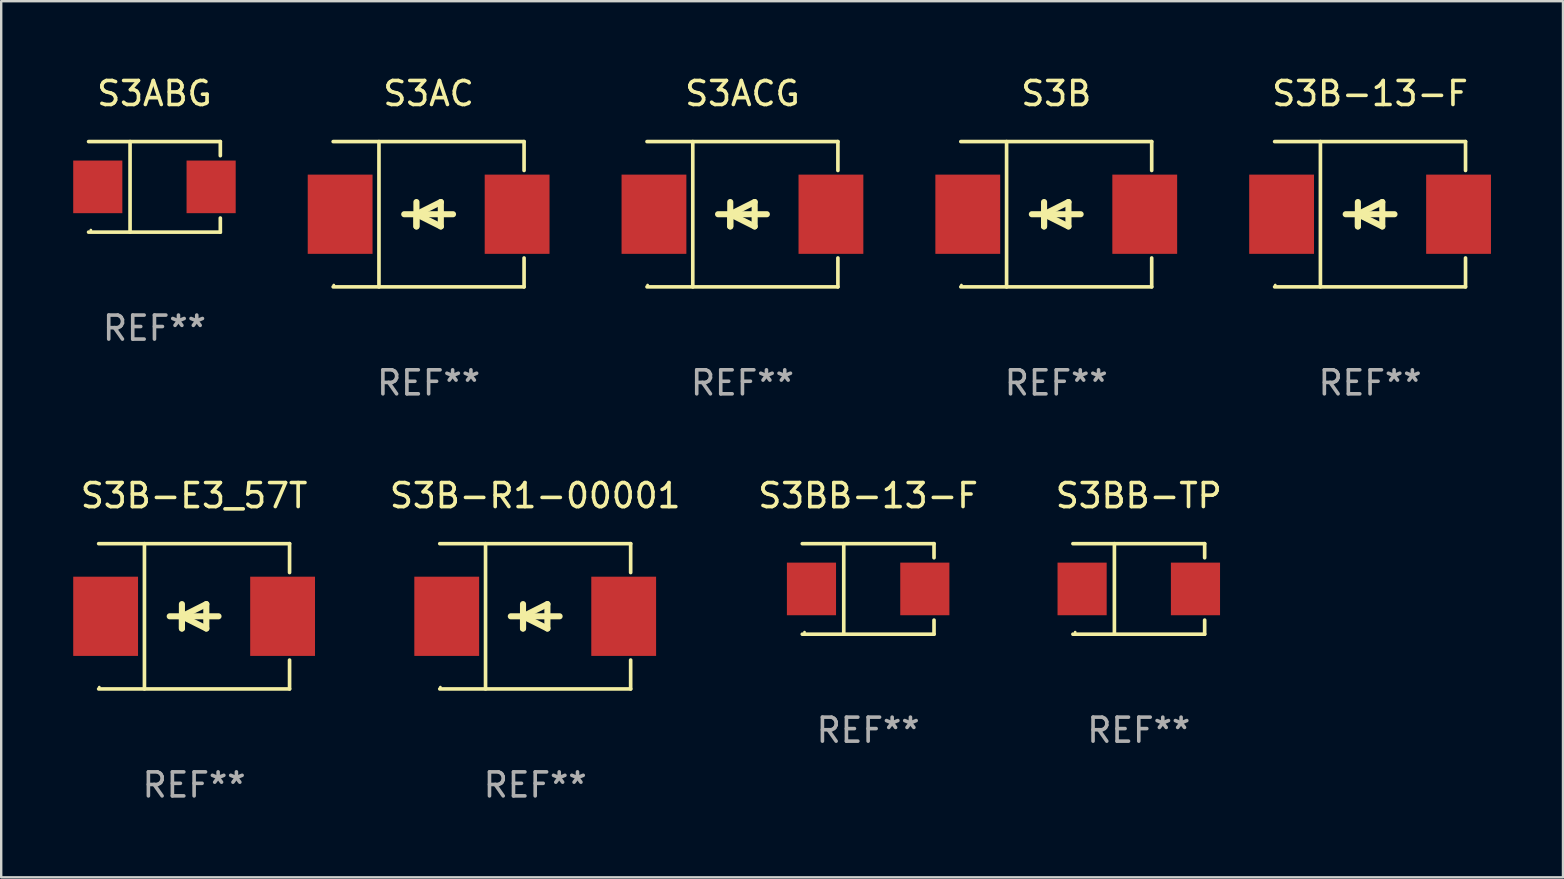
<source format=kicad_pcb>
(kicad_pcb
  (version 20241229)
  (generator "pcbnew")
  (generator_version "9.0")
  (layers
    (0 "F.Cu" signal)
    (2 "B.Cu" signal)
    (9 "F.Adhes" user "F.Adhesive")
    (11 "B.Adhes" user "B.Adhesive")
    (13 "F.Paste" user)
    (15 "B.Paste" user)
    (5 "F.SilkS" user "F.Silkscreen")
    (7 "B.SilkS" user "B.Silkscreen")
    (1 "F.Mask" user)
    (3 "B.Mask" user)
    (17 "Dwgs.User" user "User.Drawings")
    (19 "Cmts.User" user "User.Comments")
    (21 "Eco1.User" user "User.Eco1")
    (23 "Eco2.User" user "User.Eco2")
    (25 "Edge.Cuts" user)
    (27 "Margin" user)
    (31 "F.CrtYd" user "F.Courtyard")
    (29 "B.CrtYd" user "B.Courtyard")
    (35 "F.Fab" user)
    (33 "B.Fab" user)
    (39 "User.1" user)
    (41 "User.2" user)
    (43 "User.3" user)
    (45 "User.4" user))
  (footprint "S3ACG"
    (layer "F.Cu")
    (at 27.878 5.874)
    (property "Reference" "S3ACG" (at 0 -5.026 0) (layer "F.SilkS") (effects (font (size 1 1) (thickness 0.15))))
    (attr through_hole)
    (fp_line (start -3.976 -3.026) (end 3.976 -3.026) (stroke (width 0.152) (type solid)) (layer "F.SilkS"))
    (fp_line (start -3.976 3.026) (end 3.976 3.026) (stroke (width 0.152) (type solid)) (layer "F.SilkS"))
    (fp_line (start -2.069 -3.026) (end -2.069 3.026) (stroke (width 0.152) (type solid)) (layer "F.SilkS"))
    (fp_line (start -0.508 0) (end -0.508 0.508) (stroke (width 0.254) (type solid)) (layer "F.SilkS"))
    (fp_line (start -0.508 0) (end 0.508 0.508) (stroke (width 0.254) (type solid)) (layer "F.SilkS"))
    (fp_line (start -0.508 0.508) (end -0.508 -0.508) (stroke (width 0.254) (type solid)) (layer "F.SilkS"))
    (fp_line (start 0.508 -0.508) (end -0.508 0) (stroke (width 0.254) (type solid)) (layer "F.SilkS"))
    (fp_line (start 0.508 0.508) (end 0.508 -0.508) (stroke (width 0.254) (type solid)) (layer "F.SilkS"))
    (fp_line (start 1.016 0) (end -1.016 0) (stroke (width 0.254) (type solid)) (layer "F.SilkS"))
    (fp_line (start 3.976 -3.026) (end 3.976 -1.823) (stroke (width 0.152) (type solid)) (layer "F.SilkS"))
    (fp_line (start 3.976 3.026) (end 3.976 1.823) (stroke (width 0.152) (type solid)) (layer "F.SilkS"))
    (fp_circle (center -3.95 2.95) (end -3.92 2.95) (stroke (width 0.06) (type solid)) (fill no) (layer "F.SilkS"))
    (fp_text user "REF**" (at 0 7.026 0) (layer "F.Fab") (effects (font (size 1 1) (thickness 0.15))))
    (pad "1" smd rect (at -3.686 0) (size 2.7 3.3) (layers "F.Cu" "F.Mask" "F.Paste"))
    (pad "2" smd rect (at 3.686 0) (size 2.7 3.3) (layers "F.Cu" "F.Mask" "F.Paste")))
  (footprint "S3B-R1-00001"
    (layer "F.Cu")
    (at 19.245 22.623)
    (property "Reference" "S3B-R1-00001" (at 0 -5.026 0) (layer "F.SilkS") (effects (font (size 1 1) (thickness 0.15))))
    (attr through_hole)
    (fp_line (start -3.976 -3.026) (end 3.976 -3.026) (stroke (width 0.152) (type solid)) (layer "F.SilkS"))
    (fp_line (start -3.976 3.026) (end 3.976 3.026) (stroke (width 0.152) (type solid)) (layer "F.SilkS"))
    (fp_line (start -2.069 -3.026) (end -2.069 3.026) (stroke (width 0.152) (type solid)) (layer "F.SilkS"))
    (fp_line (start -0.508 0) (end -0.508 0.508) (stroke (width 0.254) (type solid)) (layer "F.SilkS"))
    (fp_line (start -0.508 0) (end 0.508 0.508) (stroke (width 0.254) (type solid)) (layer "F.SilkS"))
    (fp_line (start -0.508 0.508) (end -0.508 -0.508) (stroke (width 0.254) (type solid)) (layer "F.SilkS"))
    (fp_line (start 0.508 -0.508) (end -0.508 0) (stroke (width 0.254) (type solid)) (layer "F.SilkS"))
    (fp_line (start 0.508 0.508) (end 0.508 -0.508) (stroke (width 0.254) (type solid)) (layer "F.SilkS"))
    (fp_line (start 1.016 0) (end -1.016 0) (stroke (width 0.254) (type solid)) (layer "F.SilkS"))
    (fp_line (start 3.976 -3.026) (end 3.976 -1.823) (stroke (width 0.152) (type solid)) (layer "F.SilkS"))
    (fp_line (start 3.976 3.026) (end 3.976 1.823) (stroke (width 0.152) (type solid)) (layer "F.SilkS"))
    (fp_circle (center -3.95 2.95) (end -3.92 2.95) (stroke (width 0.06) (type solid)) (fill no) (layer "F.SilkS"))
    (fp_text user "REF**" (at 0 7.026 0) (layer "F.Fab") (effects (font (size 1 1) (thickness 0.15))))
    (pad "1" smd rect (at -3.686 0) (size 2.7 3.3) (layers "F.Cu" "F.Mask" "F.Paste"))
    (pad "2" smd rect (at 3.686 0) (size 2.7 3.3) (layers "F.Cu" "F.Mask" "F.Paste")))
  (footprint "S3BB-TP"
    (layer "F.Cu")
    (at 44.388 21.483)
    (property "Reference" "S3BB-TP" (at 0 -3.886 0) (layer "F.SilkS") (effects (font (size 1 1) (thickness 0.15))))
    (attr through_hole)
    (fp_line (start -2.744 -1.886) (end 2.744 -1.886) (stroke (width 0.152) (type solid)) (layer "F.SilkS"))
    (fp_line (start -2.744 1.886) (end 2.744 1.886) (stroke (width 0.152) (type solid)) (layer "F.SilkS"))
    (fp_line (start -1.016 -1.886) (end -1.016 1.886) (stroke (width 0.152) (type solid)) (layer "F.SilkS"))
    (fp_line (start 2.744 -1.886) (end 2.744 -1.299) (stroke (width 0.152) (type solid)) (layer "F.SilkS"))
    (fp_line (start 2.744 1.886) (end 2.744 1.299) (stroke (width 0.152) (type solid)) (layer "F.SilkS"))
    (fp_circle (center -2.65 1.8) (end -2.62 1.8) (stroke (width 0.06) (type solid)) (fill no) (layer "F.SilkS"))
    (fp_text user "REF**" (at 0 5.886 0) (layer "F.Fab") (effects (font (size 1 1) (thickness 0.15))))
    (pad "1" smd rect (at -2.361 0) (size 2.047 2.192) (layers "F.Cu" "F.Mask" "F.Paste"))
    (pad "2" smd rect (at 2.361 0) (size 2.047 2.192) (layers "F.Cu" "F.Mask" "F.Paste")))
  (footprint "S3B"
    (layer "F.Cu")
    (at 40.95 5.874)
    (property "Reference" "S3B" (at 0 -5.026 0) (layer "F.SilkS") (effects (font (size 1 1) (thickness 0.15))))
    (attr through_hole)
    (fp_line (start -3.976 -3.026) (end 3.976 -3.026) (stroke (width 0.152) (type solid)) (layer "F.SilkS"))
    (fp_line (start -3.976 3.026) (end 3.976 3.026) (stroke (width 0.152) (type solid)) (layer "F.SilkS"))
    (fp_line (start -2.069 -3.026) (end -2.069 3.026) (stroke (width 0.152) (type solid)) (layer "F.SilkS"))
    (fp_line (start -0.508 0) (end -0.508 0.508) (stroke (width 0.254) (type solid)) (layer "F.SilkS"))
    (fp_line (start -0.508 0) (end 0.508 0.508) (stroke (width 0.254) (type solid)) (layer "F.SilkS"))
    (fp_line (start -0.508 0.508) (end -0.508 -0.508) (stroke (width 0.254) (type solid)) (layer "F.SilkS"))
    (fp_line (start 0.508 -0.508) (end -0.508 0) (stroke (width 0.254) (type solid)) (layer "F.SilkS"))
    (fp_line (start 0.508 0.508) (end 0.508 -0.508) (stroke (width 0.254) (type solid)) (layer "F.SilkS"))
    (fp_line (start 1.016 0) (end -1.016 0) (stroke (width 0.254) (type solid)) (layer "F.SilkS"))
    (fp_line (start 3.976 -3.026) (end 3.976 -1.823) (stroke (width 0.152) (type solid)) (layer "F.SilkS"))
    (fp_line (start 3.976 3.026) (end 3.976 1.823) (stroke (width 0.152) (type solid)) (layer "F.SilkS"))
    (fp_circle (center -3.95 2.95) (end -3.92 2.95) (stroke (width 0.06) (type solid)) (fill no) (layer "F.SilkS"))
    (fp_text user "REF**" (at 0 7.026 0) (layer "F.Fab") (effects (font (size 1 1) (thickness 0.15))))
    (pad "1" smd rect (at -3.686 0) (size 2.7 3.3) (layers "F.Cu" "F.Mask" "F.Paste"))
    (pad "2" smd rect (at 3.686 0) (size 2.7 3.3) (layers "F.Cu" "F.Mask" "F.Paste")))
  (footprint "S3B-E3_57T"
    (layer "F.Cu")
    (at 5.036 22.623)
    (property "Reference" "S3B-E3_57T" (at 0 -5.026 0) (layer "F.SilkS") (effects (font (size 1 1) (thickness 0.15))))
    (attr through_hole)
    (fp_line (start -3.976 -3.026) (end 3.976 -3.026) (stroke (width 0.152) (type solid)) (layer "F.SilkS"))
    (fp_line (start -3.976 3.026) (end 3.976 3.026) (stroke (width 0.152) (type solid)) (layer "F.SilkS"))
    (fp_line (start -2.069 -3.026) (end -2.069 3.026) (stroke (width 0.152) (type solid)) (layer "F.SilkS"))
    (fp_line (start -0.508 0) (end -0.508 0.508) (stroke (width 0.254) (type solid)) (layer "F.SilkS"))
    (fp_line (start -0.508 0) (end 0.508 0.508) (stroke (width 0.254) (type solid)) (layer "F.SilkS"))
    (fp_line (start -0.508 0.508) (end -0.508 -0.508) (stroke (width 0.254) (type solid)) (layer "F.SilkS"))
    (fp_line (start 0.508 -0.508) (end -0.508 0) (stroke (width 0.254) (type solid)) (layer "F.SilkS"))
    (fp_line (start 0.508 0.508) (end 0.508 -0.508) (stroke (width 0.254) (type solid)) (layer "F.SilkS"))
    (fp_line (start 1.016 0) (end -1.016 0) (stroke (width 0.254) (type solid)) (layer "F.SilkS"))
    (fp_line (start 3.976 -3.026) (end 3.976 -1.823) (stroke (width 0.152) (type solid)) (layer "F.SilkS"))
    (fp_line (start 3.976 3.026) (end 3.976 1.823) (stroke (width 0.152) (type solid)) (layer "F.SilkS"))
    (fp_circle (center -3.95 2.95) (end -3.92 2.95) (stroke (width 0.06) (type solid)) (fill no) (layer "F.SilkS"))
    (fp_text user "REF**" (at 0 7.026 0) (layer "F.Fab") (effects (font (size 1 1) (thickness 0.15))))
    (pad "1" smd rect (at -3.686 0) (size 2.7 3.3) (layers "F.Cu" "F.Mask" "F.Paste"))
    (pad "2" smd rect (at 3.686 0) (size 2.7 3.3) (layers "F.Cu" "F.Mask" "F.Paste")))
  (footprint "S3BB-13-F"
    (layer "F.Cu")
    (at 33.114 21.483)
    (property "Reference" "S3BB-13-F" (at 0 -3.886 0) (layer "F.SilkS") (effects (font (size 1 1) (thickness 0.15))))
    (attr through_hole)
    (fp_line (start -2.744 -1.886) (end 2.744 -1.886) (stroke (width 0.152) (type solid)) (layer "F.SilkS"))
    (fp_line (start -2.744 1.886) (end 2.744 1.886) (stroke (width 0.152) (type solid)) (layer "F.SilkS"))
    (fp_line (start -1.016 -1.886) (end -1.016 1.886) (stroke (width 0.152) (type solid)) (layer "F.SilkS"))
    (fp_line (start 2.744 -1.886) (end 2.744 -1.299) (stroke (width 0.152) (type solid)) (layer "F.SilkS"))
    (fp_line (start 2.744 1.886) (end 2.744 1.299) (stroke (width 0.152) (type solid)) (layer "F.SilkS"))
    (fp_circle (center -2.65 1.8) (end -2.62 1.8) (stroke (width 0.06) (type solid)) (fill no) (layer "F.SilkS"))
    (fp_text user "REF**" (at 0 5.886 0) (layer "F.Fab") (effects (font (size 1 1) (thickness 0.15))))
    (pad "1" smd rect (at -2.361 0) (size 2.047 2.192) (layers "F.Cu" "F.Mask" "F.Paste"))
    (pad "2" smd rect (at 2.361 0) (size 2.047 2.192) (layers "F.Cu" "F.Mask" "F.Paste")))
  (footprint "S3B-13-F"
    (layer "F.Cu")
    (at 54.023 5.874)
    (property "Reference" "S3B-13-F" (at 0 -5.026 0) (layer "F.SilkS") (effects (font (size 1 1) (thickness 0.15))))
    (attr through_hole)
    (fp_line (start -3.976 -3.026) (end 3.976 -3.026) (stroke (width 0.152) (type solid)) (layer "F.SilkS"))
    (fp_line (start -3.976 3.026) (end 3.976 3.026) (stroke (width 0.152) (type solid)) (layer "F.SilkS"))
    (fp_line (start -2.069 -3.026) (end -2.069 3.026) (stroke (width 0.152) (type solid)) (layer "F.SilkS"))
    (fp_line (start -0.508 0) (end -0.508 0.508) (stroke (width 0.254) (type solid)) (layer "F.SilkS"))
    (fp_line (start -0.508 0) (end 0.508 0.508) (stroke (width 0.254) (type solid)) (layer "F.SilkS"))
    (fp_line (start -0.508 0.508) (end -0.508 -0.508) (stroke (width 0.254) (type solid)) (layer "F.SilkS"))
    (fp_line (start 0.508 -0.508) (end -0.508 0) (stroke (width 0.254) (type solid)) (layer "F.SilkS"))
    (fp_line (start 0.508 0.508) (end 0.508 -0.508) (stroke (width 0.254) (type solid)) (layer "F.SilkS"))
    (fp_line (start 1.016 0) (end -1.016 0) (stroke (width 0.254) (type solid)) (layer "F.SilkS"))
    (fp_line (start 3.976 -3.026) (end 3.976 -1.823) (stroke (width 0.152) (type solid)) (layer "F.SilkS"))
    (fp_line (start 3.976 3.026) (end 3.976 1.823) (stroke (width 0.152) (type solid)) (layer "F.SilkS"))
    (fp_circle (center -3.95 2.95) (end -3.92 2.95) (stroke (width 0.06) (type solid)) (fill no) (layer "F.SilkS"))
    (fp_text user "REF**" (at 0 7.026 0) (layer "F.Fab") (effects (font (size 1 1) (thickness 0.15))))
    (pad "1" smd rect (at -3.686 0) (size 2.7 3.3) (layers "F.Cu" "F.Mask" "F.Paste"))
    (pad "2" smd rect (at 3.686 0) (size 2.7 3.3) (layers "F.Cu" "F.Mask" "F.Paste")))
  (footprint "S3AC"
    (layer "F.Cu")
    (at 14.805 5.874)
    (property "Reference" "S3AC" (at 0 -5.026 0) (layer "F.SilkS") (effects (font (size 1 1) (thickness 0.15))))
    (attr through_hole)
    (fp_line (start -3.976 -3.026) (end 3.976 -3.026) (stroke (width 0.152) (type solid)) (layer "F.SilkS"))
    (fp_line (start -3.976 3.026) (end 3.976 3.026) (stroke (width 0.152) (type solid)) (layer "F.SilkS"))
    (fp_line (start -2.069 -3.026) (end -2.069 3.026) (stroke (width 0.152) (type solid)) (layer "F.SilkS"))
    (fp_line (start -0.508 0) (end -0.508 0.508) (stroke (width 0.254) (type solid)) (layer "F.SilkS"))
    (fp_line (start -0.508 0) (end 0.508 0.508) (stroke (width 0.254) (type solid)) (layer "F.SilkS"))
    (fp_line (start -0.508 0.508) (end -0.508 -0.508) (stroke (width 0.254) (type solid)) (layer "F.SilkS"))
    (fp_line (start 0.508 -0.508) (end -0.508 0) (stroke (width 0.254) (type solid)) (layer "F.SilkS"))
    (fp_line (start 0.508 0.508) (end 0.508 -0.508) (stroke (width 0.254) (type solid)) (layer "F.SilkS"))
    (fp_line (start 1.016 0) (end -1.016 0) (stroke (width 0.254) (type solid)) (layer "F.SilkS"))
    (fp_line (start 3.976 -3.026) (end 3.976 -1.823) (stroke (width 0.152) (type solid)) (layer "F.SilkS"))
    (fp_line (start 3.976 3.026) (end 3.976 1.823) (stroke (width 0.152) (type solid)) (layer "F.SilkS"))
    (fp_circle (center -3.95 2.95) (end -3.92 2.95) (stroke (width 0.06) (type solid)) (fill no) (layer "F.SilkS"))
    (fp_text user "REF**" (at 0 7.026 0) (layer "F.Fab") (effects (font (size 1 1) (thickness 0.15))))
    (pad "1" smd rect (at -3.686 0) (size 2.7 3.3) (layers "F.Cu" "F.Mask" "F.Paste"))
    (pad "2" smd rect (at 3.686 0) (size 2.7 3.3) (layers "F.Cu" "F.Mask" "F.Paste")))
  (footprint "S3ABG"
    (layer "F.Cu")
    (at 3.384 4.734)
    (property "Reference" "S3ABG" (at 0 -3.886 0) (layer "F.SilkS") (effects (font (size 1 1) (thickness 0.15))))
    (attr through_hole)
    (fp_line (start -2.744 -1.886) (end 2.744 -1.886) (stroke (width 0.152) (type solid)) (layer "F.SilkS"))
    (fp_line (start -2.744 1.886) (end 2.744 1.886) (stroke (width 0.152) (type solid)) (layer "F.SilkS"))
    (fp_line (start -1.016 -1.886) (end -1.016 1.886) (stroke (width 0.152) (type solid)) (layer "F.SilkS"))
    (fp_line (start 2.744 -1.886) (end 2.744 -1.299) (stroke (width 0.152) (type solid)) (layer "F.SilkS"))
    (fp_line (start 2.744 1.886) (end 2.744 1.299) (stroke (width 0.152) (type solid)) (layer "F.SilkS"))
    (fp_circle (center -2.65 1.8) (end -2.62 1.8) (stroke (width 0.06) (type solid)) (fill no) (layer "F.SilkS"))
    (fp_text user "REF**" (at 0 5.886 0) (layer "F.Fab") (effects (font (size 1 1) (thickness 0.15))))
    (pad "1" smd rect (at -2.361 0) (size 2.047 2.192) (layers "F.Cu" "F.Mask" "F.Paste"))
    (pad "2" smd rect (at 2.361 0) (size 2.047 2.192) (layers "F.Cu" "F.Mask" "F.Paste")))
  (gr_rect
    (start -3 -3)
    (end 62.059 33.498)
    (stroke (width 0.1) (type default))
    (fill no)
    (layer "Edge.Cuts")))
</source>
